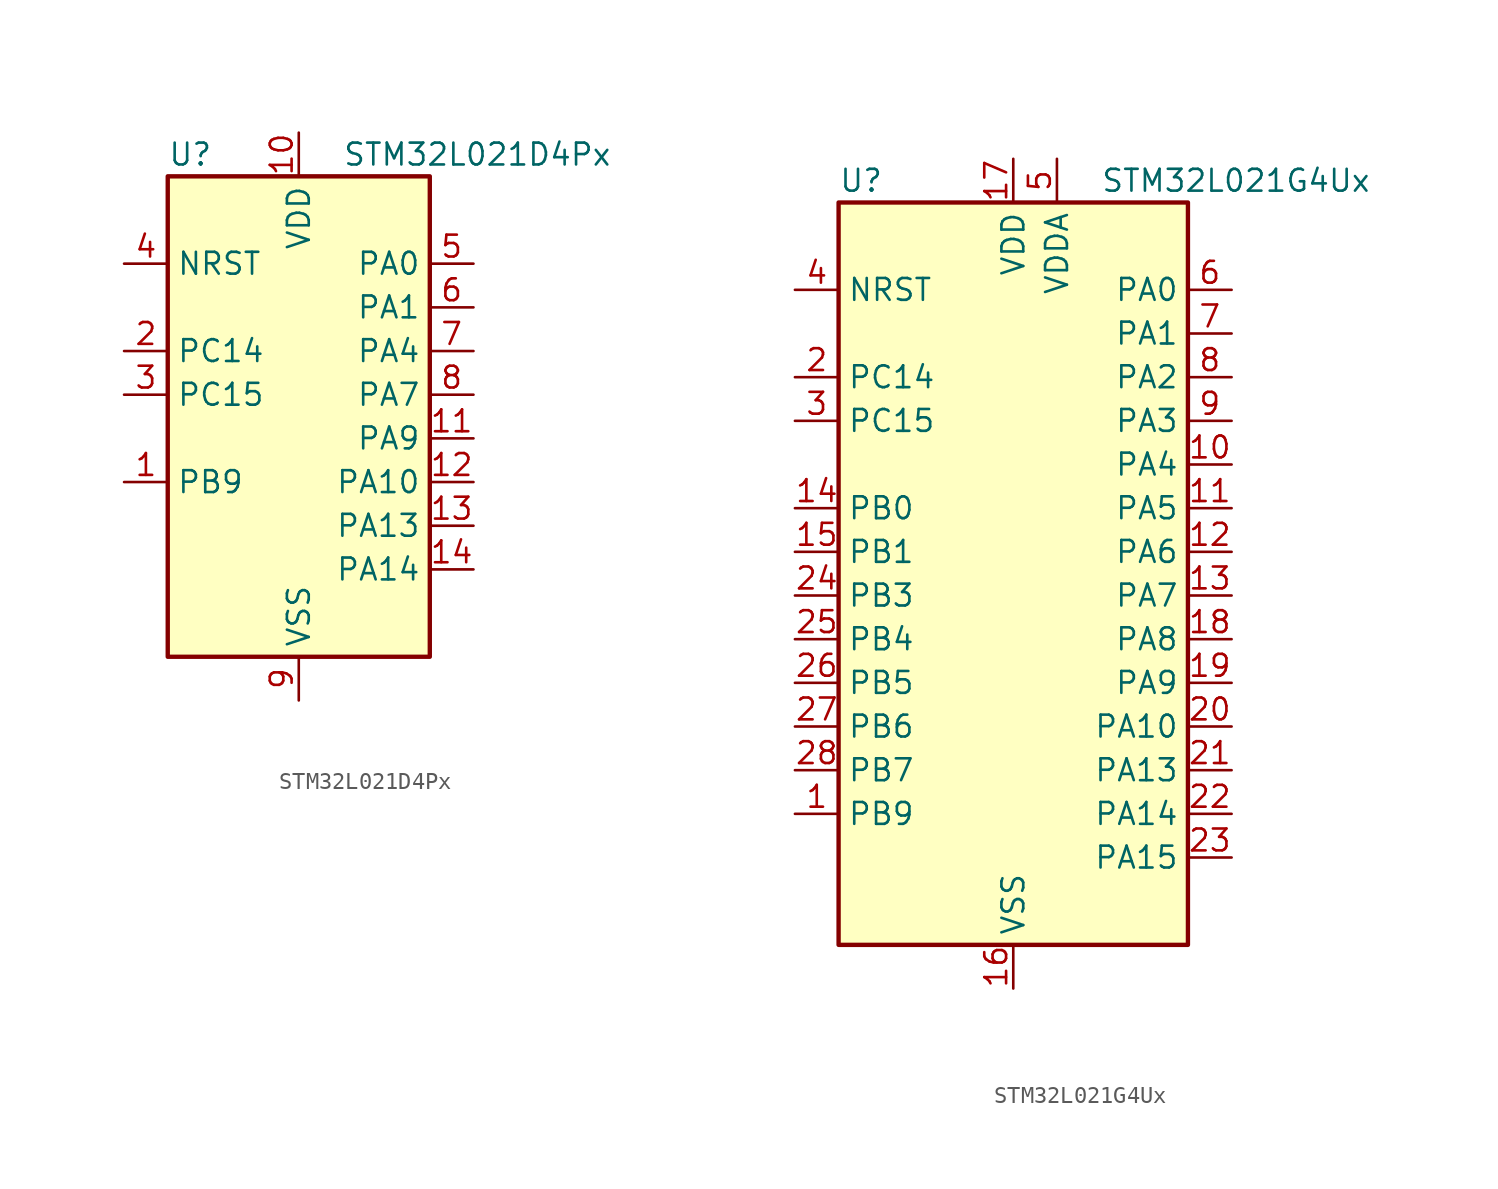
<source format=kicad_sym>
(kicad_symbol_lib
  (version 20241209)
  (generator "kicad_symbol_editor")
  (generator_version "9.0")
  (symbol "STM32L021D4Px"
    (property "Reference" "U"
      (at -7.62 16.51 0)
      (effects (font (size 1.27 1.27)) (justify left)))
    (property "Value" "STM32L021D4Px"
      (at 2.54 16.51 0)
      (effects (font (size 1.27 1.27)) (justify left)))
    (symbol "STM32L021D4Px_0_1"
      (rectangle (start -7.62 -12.7) (end 7.62 15.24) (stroke (width 0.254) (type default)) (fill (type background))))
    (symbol "STM32L021D4Px_1_1"
      (pin input line (at -10.16 10.16 0) (length 2.54) (name "NRST" (effects (font (size 1.27 1.27)))) (number "4" (effects (font (size 1.27 1.27)))))
      (pin bidirectional line (at -10.16 5.08 0) (length 2.54) (name "PC14" (effects (font (size 1.27 1.27)))) (number "2" (effects (font (size 1.27 1.27)))) (alternate "RCC_OSC32_IN" bidirectional line))
      (pin bidirectional line (at -10.16 2.54 0) (length 2.54) (name "PC15" (effects (font (size 1.27 1.27)))) (number "3" (effects (font (size 1.27 1.27)))) (alternate "RCC_OSC32_OUT" bidirectional line))
      (pin bidirectional line (at -10.16 -2.54 0) (length 2.54) (name "PB9" (effects (font (size 1.27 1.27)))) (number "1" (effects (font (size 1.27 1.27)))))
      (pin power_in line (at 0 17.78 270) (length 2.54) (name "VDD" (effects (font (size 1.27 1.27)))) (number "10" (effects (font (size 1.27 1.27)))))
      (pin power_in line (at 0 -15.24 90) (length 2.54) (name "VSS" (effects (font (size 1.27 1.27)))) (number "9" (effects (font (size 1.27 1.27)))))
      (pin bidirectional line (at 10.16 10.16 180) (length 2.54) (name "PA0" (effects (font (size 1.27 1.27)))) (number "5" (effects (font (size 1.27 1.27)))) (alternate "ADC_IN0" bidirectional line) (alternate "COMP1_INM" bidirectional line) (alternate "COMP1_OUT" bidirectional line) (alternate "LPTIM1_IN1" bidirectional line) (alternate "LPUART1_RX" bidirectional line) (alternate "RCC_CK_IN" bidirectional line) (alternate "RTC_TAMP2" bidirectional line) (alternate "SYS_WKUP1" bidirectional line) (alternate "TIM2_CH1" bidirectional line) (alternate "TIM2_ETR" bidirectional line) (alternate "USART2_CTS" bidirectional line) (alternate "USART2_RX" bidirectional line))
      (pin bidirectional line (at 10.16 7.62 180) (length 2.54) (name "PA1" (effects (font (size 1.27 1.27)))) (number "6" (effects (font (size 1.27 1.27)))) (alternate "ADC_IN1" bidirectional line) (alternate "COMP1_INP" bidirectional line) (alternate "I2C1_SMBA" bidirectional line) (alternate "LPTIM1_IN2" bidirectional line) (alternate "LPUART1_TX" bidirectional line) (alternate "TIM21_ETR" bidirectional line) (alternate "TIM2_CH2" bidirectional line) (alternate "USART2_DE" bidirectional line) (alternate "USART2_RTS" bidirectional line))
      (pin bidirectional line (at 10.16 5.08 180) (length 2.54) (name "PA4" (effects (font (size 1.27 1.27)))) (number "7" (effects (font (size 1.27 1.27)))) (alternate "ADC_IN4" bidirectional line) (alternate "COMP1_INM" bidirectional line) (alternate "COMP2_INM" bidirectional line) (alternate "COMP2_OUT" bidirectional line) (alternate "I2C1_SCL" bidirectional line) (alternate "LPTIM1_ETR" bidirectional line) (alternate "LPTIM1_IN1" bidirectional line) (alternate "LPUART1_TX" bidirectional line) (alternate "SPI1_NSS" bidirectional line) (alternate "TIM2_ETR" bidirectional line) (alternate "USART2_CK" bidirectional line))
      (pin bidirectional line (at 10.16 2.54 180) (length 2.54) (name "PA7" (effects (font (size 1.27 1.27)))) (number "8" (effects (font (size 1.27 1.27)))) (alternate "ADC_IN7" bidirectional line) (alternate "COMP2_INP" bidirectional line) (alternate "COMP2_OUT" bidirectional line) (alternate "LPTIM1_OUT" bidirectional line) (alternate "SPI1_MOSI" bidirectional line) (alternate "TIM21_ETR" bidirectional line) (alternate "USART2_CTS" bidirectional line))
      (pin bidirectional line (at 10.16 0 180) (length 2.54) (name "PA9" (effects (font (size 1.27 1.27)))) (number "11" (effects (font (size 1.27 1.27)))) (alternate "COMP1_OUT" bidirectional line) (alternate "I2C1_SCL" bidirectional line) (alternate "LPTIM1_OUT" bidirectional line) (alternate "RCC_MCO" bidirectional line) (alternate "TIM21_CH2" bidirectional line) (alternate "USART2_TX" bidirectional line))
      (pin bidirectional line (at 10.16 -2.54 180) (length 2.54) (name "PA10" (effects (font (size 1.27 1.27)))) (number "12" (effects (font (size 1.27 1.27)))) (alternate "COMP1_OUT" bidirectional line) (alternate "I2C1_SDA" bidirectional line) (alternate "RTC_REFIN" bidirectional line) (alternate "TIM21_CH1" bidirectional line) (alternate "TIM2_CH3" bidirectional line) (alternate "USART2_RX" bidirectional line))
      (pin bidirectional line (at 10.16 -5.08 180) (length 2.54) (name "PA13" (effects (font (size 1.27 1.27)))) (number "13" (effects (font (size 1.27 1.27)))) (alternate "COMP1_OUT" bidirectional line) (alternate "I2C1_SDA" bidirectional line) (alternate "LPTIM1_ETR" bidirectional line) (alternate "LPUART1_RX" bidirectional line) (alternate "SPI1_SCK" bidirectional line) (alternate "SYS_SWDIO" bidirectional line))
      (pin bidirectional line (at 10.16 -7.62 180) (length 2.54) (name "PA14" (effects (font (size 1.27 1.27)))) (number "14" (effects (font (size 1.27 1.27)))) (alternate "COMP2_OUT" bidirectional line) (alternate "I2C1_SMBA" bidirectional line) (alternate "LPTIM1_OUT" bidirectional line) (alternate "LPUART1_TX" bidirectional line) (alternate "SPI1_MISO" bidirectional line) (alternate "SYS_SWCLK" bidirectional line) (alternate "USART2_TX" bidirectional line))))
  (symbol "STM32L021G4Ux"
    (property "Reference" "U"
      (at -10.16 24.13 0)
      (effects (font (size 1.27 1.27)) (justify left)))
    (property "Value" "STM32L021G4Ux"
      (at 5.08 24.13 0)
      (effects (font (size 1.27 1.27)) (justify left)))
    (symbol "STM32L021G4Ux_0_1"
      (rectangle (start -10.16 -20.32) (end 10.16 22.86) (stroke (width 0.254) (type default)) (fill (type background))))
    (symbol "STM32L021G4Ux_1_1"
      (pin input line (at -12.7 17.78 0) (length 2.54) (name "NRST" (effects (font (size 1.27 1.27)))) (number "4" (effects (font (size 1.27 1.27)))))
      (pin bidirectional line (at -12.7 12.7 0) (length 2.54) (name "PC14" (effects (font (size 1.27 1.27)))) (number "2" (effects (font (size 1.27 1.27)))) (alternate "RCC_OSC32_IN" bidirectional line))
      (pin bidirectional line (at -12.7 10.16 0) (length 2.54) (name "PC15" (effects (font (size 1.27 1.27)))) (number "3" (effects (font (size 1.27 1.27)))) (alternate "RCC_OSC32_OUT" bidirectional line))
      (pin bidirectional line (at -12.7 5.08 0) (length 2.54) (name "PB0" (effects (font (size 1.27 1.27)))) (number "14" (effects (font (size 1.27 1.27)))) (alternate "ADC_IN8" bidirectional line) (alternate "SPI1_MISO" bidirectional line) (alternate "SYS_VREF_OUT_PB0" bidirectional line) (alternate "TIM2_CH2" bidirectional line) (alternate "TIM2_CH3" bidirectional line) (alternate "USART2_DE" bidirectional line) (alternate "USART2_RTS" bidirectional line))
      (pin bidirectional line (at -12.7 2.54 0) (length 2.54) (name "PB1" (effects (font (size 1.27 1.27)))) (number "15" (effects (font (size 1.27 1.27)))) (alternate "ADC_IN9" bidirectional line) (alternate "LPTIM1_IN1" bidirectional line) (alternate "LPUART1_DE" bidirectional line) (alternate "LPUART1_RTS" bidirectional line) (alternate "SPI1_MOSI" bidirectional line) (alternate "SYS_VREF_OUT_PB1" bidirectional line) (alternate "TIM2_CH4" bidirectional line) (alternate "USART2_CK" bidirectional line))
      (pin bidirectional line (at -12.7 0 0) (length 2.54) (name "PB3" (effects (font (size 1.27 1.27)))) (number "24" (effects (font (size 1.27 1.27)))) (alternate "COMP2_INM" bidirectional line) (alternate "SPI1_SCK" bidirectional line) (alternate "TIM2_CH2" bidirectional line))
      (pin bidirectional line (at -12.7 -2.54 0) (length 2.54) (name "PB4" (effects (font (size 1.27 1.27)))) (number "25" (effects (font (size 1.27 1.27)))) (alternate "COMP2_INP" bidirectional line) (alternate "SPI1_MISO" bidirectional line))
      (pin bidirectional line (at -12.7 -5.08 0) (length 2.54) (name "PB5" (effects (font (size 1.27 1.27)))) (number "26" (effects (font (size 1.27 1.27)))) (alternate "COMP2_INP" bidirectional line) (alternate "I2C1_SMBA" bidirectional line) (alternate "LPTIM1_IN1" bidirectional line) (alternate "SPI1_MOSI" bidirectional line) (alternate "TIM21_CH1" bidirectional line))
      (pin bidirectional line (at -12.7 -7.62 0) (length 2.54) (name "PB6" (effects (font (size 1.27 1.27)))) (number "27" (effects (font (size 1.27 1.27)))) (alternate "COMP2_INP" bidirectional line) (alternate "I2C1_SCL" bidirectional line) (alternate "LPTIM1_ETR" bidirectional line) (alternate "LPUART1_TX" bidirectional line) (alternate "TIM2_CH3" bidirectional line) (alternate "USART2_TX" bidirectional line))
      (pin bidirectional line (at -12.7 -10.16 0) (length 2.54) (name "PB7" (effects (font (size 1.27 1.27)))) (number "28" (effects (font (size 1.27 1.27)))) (alternate "COMP2_INP" bidirectional line) (alternate "I2C1_SDA" bidirectional line) (alternate "LPTIM1_IN2" bidirectional line) (alternate "LPUART1_RX" bidirectional line) (alternate "SYS_PVD_IN" bidirectional line) (alternate "TIM2_CH4" bidirectional line) (alternate "USART2_RX" bidirectional line))
      (pin bidirectional line (at -12.7 -12.7 0) (length 2.54) (name "PB9" (effects (font (size 1.27 1.27)))) (number "1" (effects (font (size 1.27 1.27)))))
      (pin power_in line (at 0 25.4 270) (length 2.54) (name "VDD" (effects (font (size 1.27 1.27)))) (number "17" (effects (font (size 1.27 1.27)))))
      (pin power_in line (at 0 -22.86 90) (length 2.54) (name "VSS" (effects (font (size 1.27 1.27)))) (number "16" (effects (font (size 1.27 1.27)))))
      (pin power_in line (at 2.54 25.4 270) (length 2.54) (name "VDDA" (effects (font (size 1.27 1.27)))) (number "5" (effects (font (size 1.27 1.27)))))
      (pin bidirectional line (at 12.7 17.78 180) (length 2.54) (name "PA0" (effects (font (size 1.27 1.27)))) (number "6" (effects (font (size 1.27 1.27)))) (alternate "ADC_IN0" bidirectional line) (alternate "COMP1_INM" bidirectional line) (alternate "COMP1_OUT" bidirectional line) (alternate "LPTIM1_IN1" bidirectional line) (alternate "LPUART1_RX" bidirectional line) (alternate "RCC_CK_IN" bidirectional line) (alternate "RTC_TAMP2" bidirectional line) (alternate "SYS_WKUP1" bidirectional line) (alternate "TIM2_CH1" bidirectional line) (alternate "TIM2_ETR" bidirectional line) (alternate "USART2_CTS" bidirectional line) (alternate "USART2_RX" bidirectional line))
      (pin bidirectional line (at 12.7 15.24 180) (length 2.54) (name "PA1" (effects (font (size 1.27 1.27)))) (number "7" (effects (font (size 1.27 1.27)))) (alternate "ADC_IN1" bidirectional line) (alternate "COMP1_INP" bidirectional line) (alternate "I2C1_SMBA" bidirectional line) (alternate "LPTIM1_IN2" bidirectional line) (alternate "LPUART1_TX" bidirectional line) (alternate "TIM21_ETR" bidirectional line) (alternate "TIM2_CH2" bidirectional line) (alternate "USART2_DE" bidirectional line) (alternate "USART2_RTS" bidirectional line))
      (pin bidirectional line (at 12.7 12.7 180) (length 2.54) (name "PA2" (effects (font (size 1.27 1.27)))) (number "8" (effects (font (size 1.27 1.27)))) (alternate "ADC_IN2" bidirectional line) (alternate "COMP2_INM" bidirectional line) (alternate "COMP2_OUT" bidirectional line) (alternate "LPUART1_TX" bidirectional line) (alternate "RTC_OUT_ALARM" bidirectional line) (alternate "RTC_OUT_CALIB" bidirectional line) (alternate "RTC_TAMP3" bidirectional line) (alternate "RTC_TS" bidirectional line) (alternate "SYS_WKUP3" bidirectional line) (alternate "TIM21_CH1" bidirectional line) (alternate "TIM2_CH3" bidirectional line) (alternate "USART2_TX" bidirectional line))
      (pin bidirectional line (at 12.7 10.16 180) (length 2.54) (name "PA3" (effects (font (size 1.27 1.27)))) (number "9" (effects (font (size 1.27 1.27)))) (alternate "ADC_IN3" bidirectional line) (alternate "COMP2_INP" bidirectional line) (alternate "LPUART1_RX" bidirectional line) (alternate "TIM21_CH2" bidirectional line) (alternate "TIM2_CH4" bidirectional line) (alternate "USART2_RX" bidirectional line))
      (pin bidirectional line (at 12.7 7.62 180) (length 2.54) (name "PA4" (effects (font (size 1.27 1.27)))) (number "10" (effects (font (size 1.27 1.27)))) (alternate "ADC_IN4" bidirectional line) (alternate "COMP1_INM" bidirectional line) (alternate "COMP2_INM" bidirectional line) (alternate "COMP2_OUT" bidirectional line) (alternate "I2C1_SCL" bidirectional line) (alternate "LPTIM1_ETR" bidirectional line) (alternate "LPTIM1_IN1" bidirectional line) (alternate "LPUART1_TX" bidirectional line) (alternate "SPI1_NSS" bidirectional line) (alternate "TIM2_ETR" bidirectional line) (alternate "USART2_CK" bidirectional line))
      (pin bidirectional line (at 12.7 5.08 180) (length 2.54) (name "PA5" (effects (font (size 1.27 1.27)))) (number "11" (effects (font (size 1.27 1.27)))) (alternate "ADC_IN5" bidirectional line) (alternate "COMP1_INM" bidirectional line) (alternate "COMP2_INM" bidirectional line) (alternate "LPTIM1_IN2" bidirectional line) (alternate "SPI1_SCK" bidirectional line) (alternate "TIM2_CH1" bidirectional line) (alternate "TIM2_ETR" bidirectional line))
      (pin bidirectional line (at 12.7 2.54 180) (length 2.54) (name "PA6" (effects (font (size 1.27 1.27)))) (number "12" (effects (font (size 1.27 1.27)))) (alternate "ADC_IN6" bidirectional line) (alternate "COMP1_OUT" bidirectional line) (alternate "LPTIM1_ETR" bidirectional line) (alternate "LPUART1_CTS" bidirectional line) (alternate "SPI1_MISO" bidirectional line))
      (pin bidirectional line (at 12.7 0 180) (length 2.54) (name "PA7" (effects (font (size 1.27 1.27)))) (number "13" (effects (font (size 1.27 1.27)))) (alternate "ADC_IN7" bidirectional line) (alternate "COMP2_INP" bidirectional line) (alternate "COMP2_OUT" bidirectional line) (alternate "LPTIM1_OUT" bidirectional line) (alternate "SPI1_MOSI" bidirectional line) (alternate "TIM21_ETR" bidirectional line) (alternate "USART2_CTS" bidirectional line))
      (pin bidirectional line (at 12.7 -2.54 180) (length 2.54) (name "PA8" (effects (font (size 1.27 1.27)))) (number "18" (effects (font (size 1.27 1.27)))) (alternate "LPTIM1_IN1" bidirectional line) (alternate "RCC_MCO" bidirectional line) (alternate "TIM2_CH1" bidirectional line) (alternate "USART2_CK" bidirectional line))
      (pin bidirectional line (at 12.7 -5.08 180) (length 2.54) (name "PA9" (effects (font (size 1.27 1.27)))) (number "19" (effects (font (size 1.27 1.27)))) (alternate "COMP1_OUT" bidirectional line) (alternate "I2C1_SCL" bidirectional line) (alternate "LPTIM1_OUT" bidirectional line) (alternate "RCC_MCO" bidirectional line) (alternate "TIM21_CH2" bidirectional line) (alternate "USART2_TX" bidirectional line))
      (pin bidirectional line (at 12.7 -7.62 180) (length 2.54) (name "PA10" (effects (font (size 1.27 1.27)))) (number "20" (effects (font (size 1.27 1.27)))) (alternate "COMP1_OUT" bidirectional line) (alternate "I2C1_SDA" bidirectional line) (alternate "RTC_REFIN" bidirectional line) (alternate "TIM21_CH1" bidirectional line) (alternate "TIM2_CH3" bidirectional line) (alternate "USART2_RX" bidirectional line))
      (pin bidirectional line (at 12.7 -10.16 180) (length 2.54) (name "PA13" (effects (font (size 1.27 1.27)))) (number "21" (effects (font (size 1.27 1.27)))) (alternate "COMP1_OUT" bidirectional line) (alternate "I2C1_SDA" bidirectional line) (alternate "LPTIM1_ETR" bidirectional line) (alternate "LPUART1_RX" bidirectional line) (alternate "SPI1_SCK" bidirectional line) (alternate "SYS_SWDIO" bidirectional line))
      (pin bidirectional line (at 12.7 -12.7 180) (length 2.54) (name "PA14" (effects (font (size 1.27 1.27)))) (number "22" (effects (font (size 1.27 1.27)))) (alternate "COMP2_OUT" bidirectional line) (alternate "I2C1_SMBA" bidirectional line) (alternate "LPTIM1_OUT" bidirectional line) (alternate "LPUART1_TX" bidirectional line) (alternate "SPI1_MISO" bidirectional line) (alternate "SYS_SWCLK" bidirectional line) (alternate "USART2_TX" bidirectional line))
      (pin bidirectional line (at 12.7 -15.24 180) (length 2.54) (name "PA15" (effects (font (size 1.27 1.27)))) (number "23" (effects (font (size 1.27 1.27)))) (alternate "SPI1_NSS" bidirectional line) (alternate "TIM2_CH1" bidirectional line) (alternate "TIM2_ETR" bidirectional line) (alternate "USART2_RX" bidirectional line)))))
</source>
